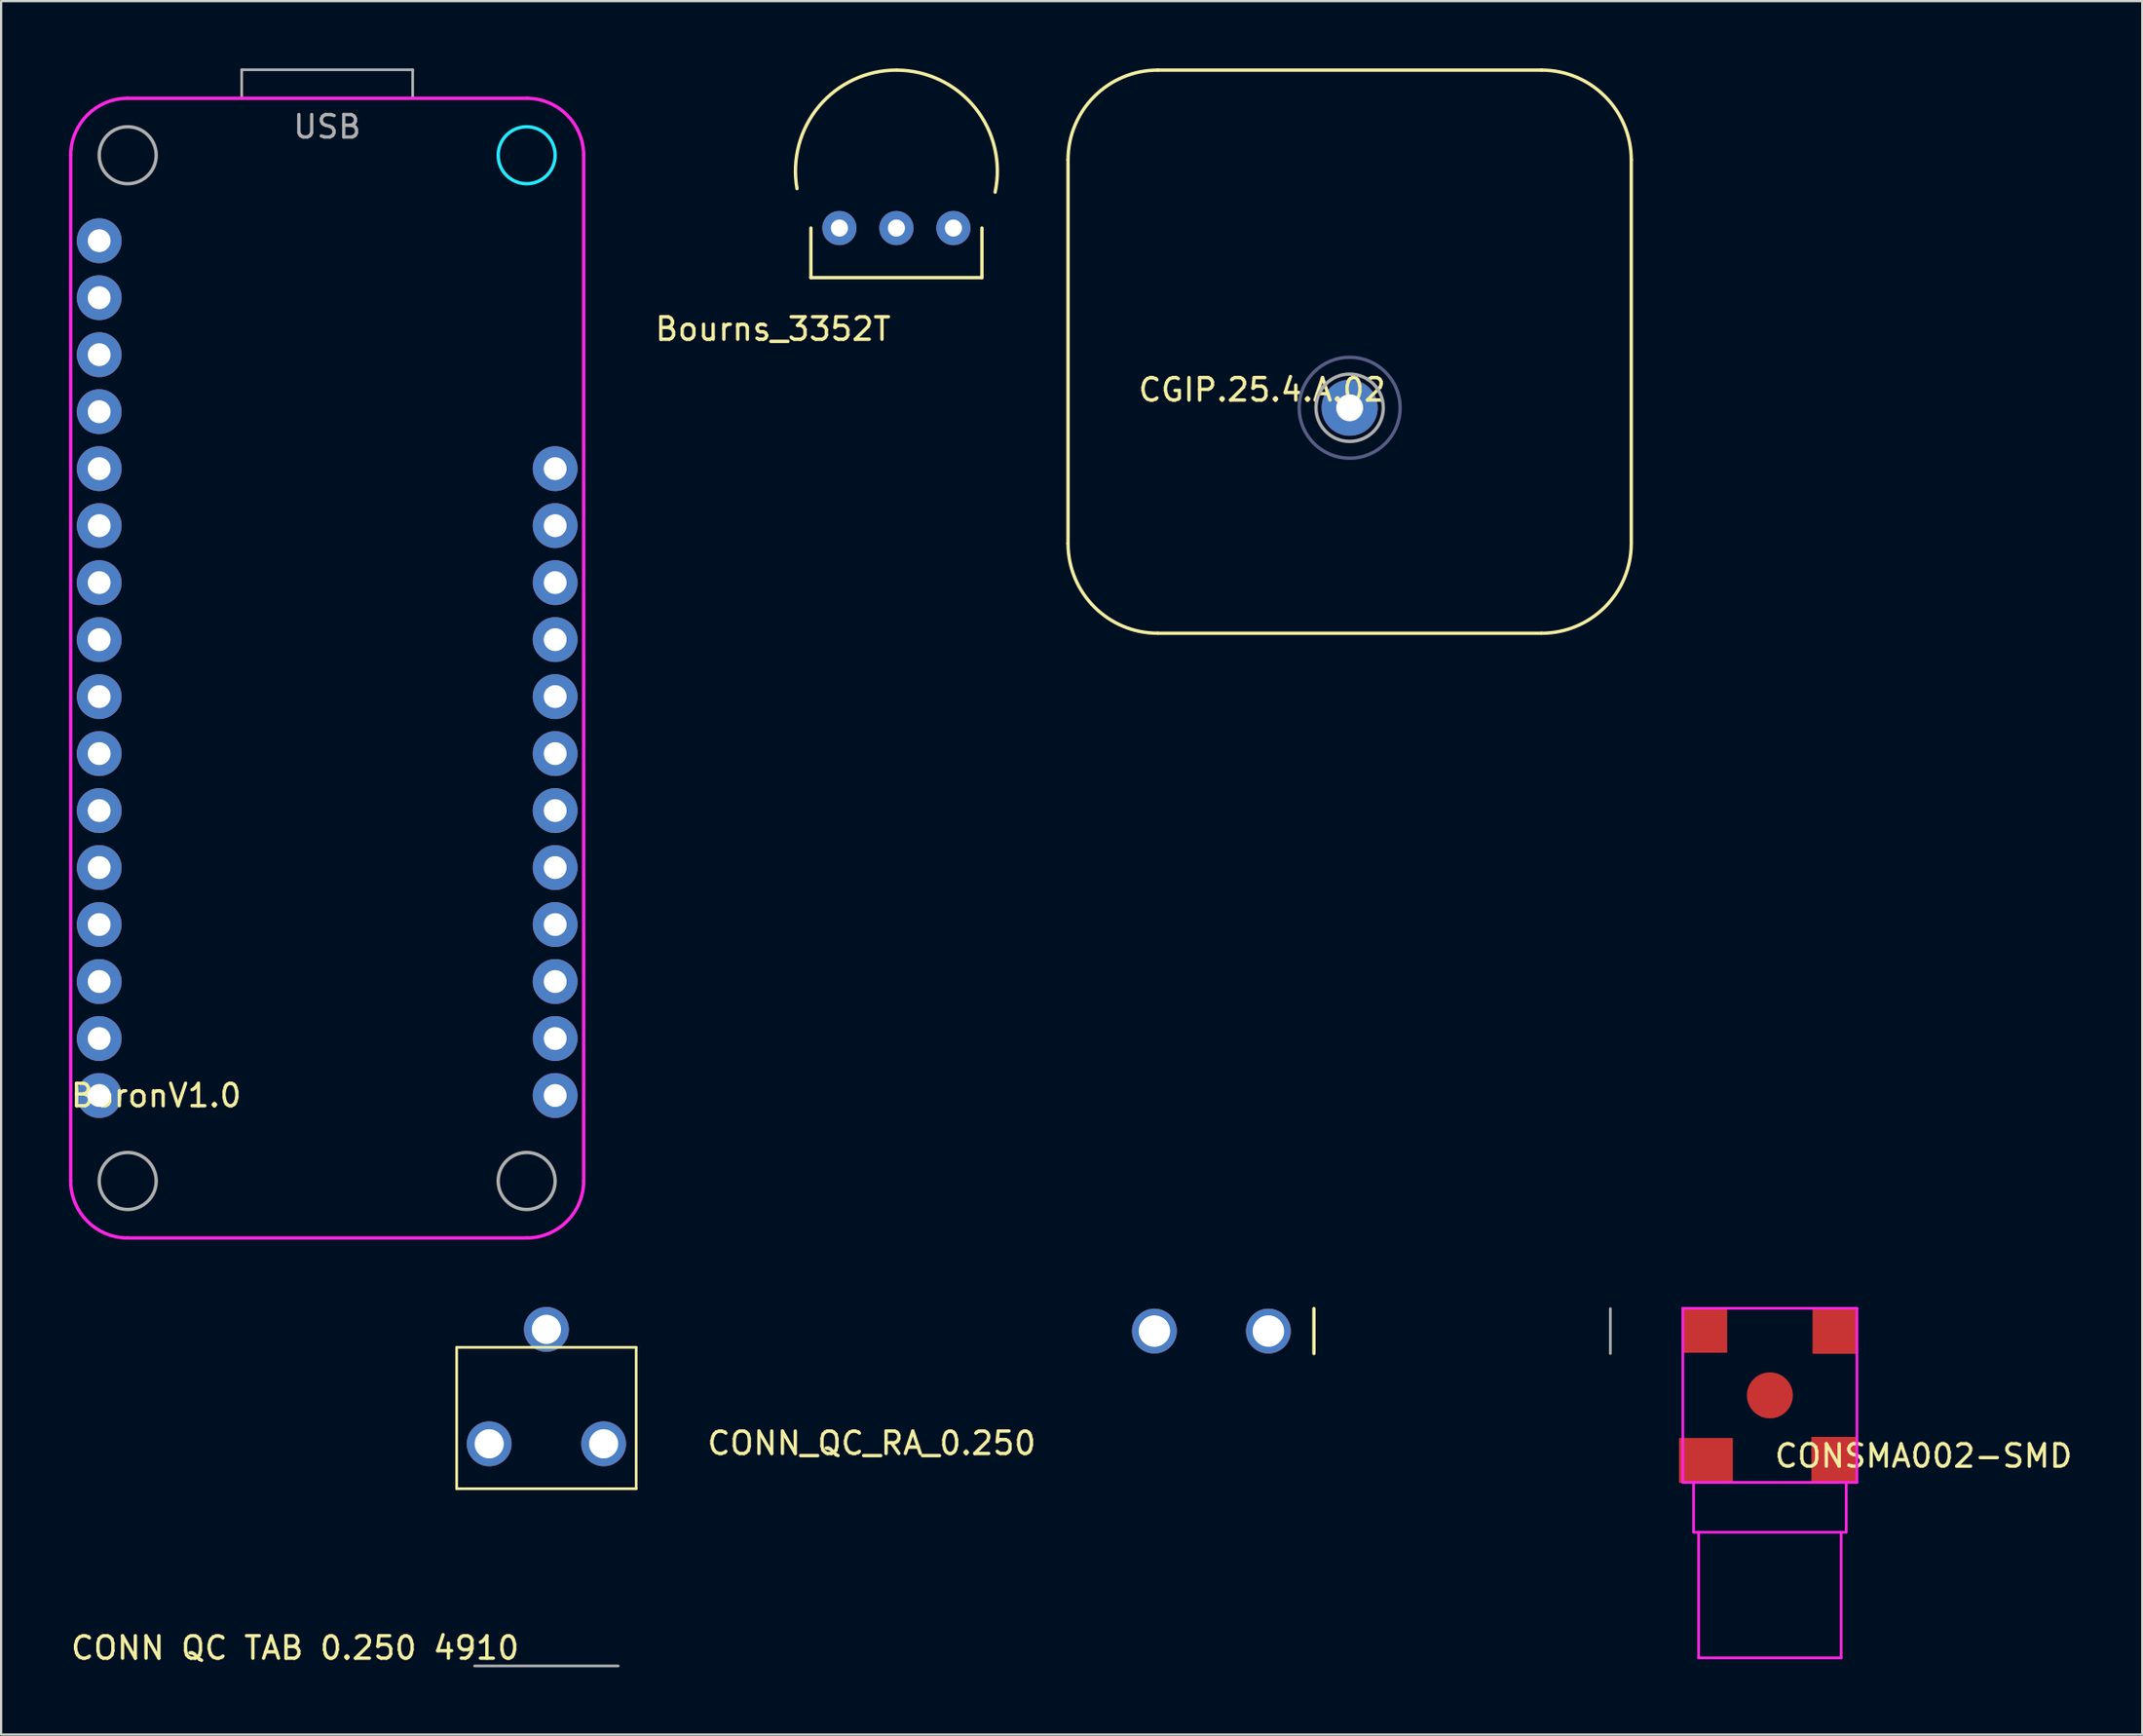
<source format=kicad_pcb>
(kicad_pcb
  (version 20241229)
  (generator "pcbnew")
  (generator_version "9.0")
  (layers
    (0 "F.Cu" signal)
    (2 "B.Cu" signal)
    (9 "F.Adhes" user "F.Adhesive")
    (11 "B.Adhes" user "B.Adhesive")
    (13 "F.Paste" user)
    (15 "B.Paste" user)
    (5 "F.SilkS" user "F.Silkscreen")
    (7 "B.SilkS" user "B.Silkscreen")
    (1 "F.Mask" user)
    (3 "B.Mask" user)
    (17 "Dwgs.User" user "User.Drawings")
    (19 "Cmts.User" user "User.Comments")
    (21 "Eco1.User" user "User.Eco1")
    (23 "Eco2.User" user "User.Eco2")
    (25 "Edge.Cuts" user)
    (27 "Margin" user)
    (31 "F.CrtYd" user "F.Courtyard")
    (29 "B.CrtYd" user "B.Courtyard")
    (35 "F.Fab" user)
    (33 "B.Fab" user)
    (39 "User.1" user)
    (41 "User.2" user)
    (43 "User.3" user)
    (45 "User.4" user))
  (footprint "CONN QC TAB 0.250 4910"
    (layer "F.Cu")
    (at 21.301 56.205)
    (property "Reference" "CONN QC TAB 0.250 4910" (at -11.2 14.2 0) (layer "F.SilkS") (effects (font (size 1 1) (thickness 0.15))))
    (attr through_hole)
    (fp_line (start -4 0.8) (end -4 7.1) (stroke (width 0.12) (type solid)) (layer "F.SilkS"))
    (fp_line (start -4 0.8) (end 4 0.8) (stroke (width 0.12) (type solid)) (layer "F.SilkS"))
    (fp_line (start -4 7.1) (end 4 7.1) (stroke (width 0.12) (type solid)) (layer "F.SilkS"))
    (fp_line (start 4 7.1) (end 4 0.8) (stroke (width 0.12) (type solid)) (layer "F.SilkS"))
    (fp_line (start -3.2 15) (end 3.2 15) (stroke (width 0.12) (type solid)) (layer "F.Fab"))
    (pad "1" thru_hole circle (at -2.55 5.1) (size 2 2) (drill 1.3) (layers "*.Cu" "*.Mask"))
    (pad "1" thru_hole circle (at 0 0) (size 2 2) (drill 1.3) (layers "*.Cu" "*.Mask"))
    (pad "1" thru_hole circle (at 2.55 5.1) (size 2 2) (drill 1.3) (layers "*.Cu" "*.Mask")))
  (footprint "BoronV1.0"
    (layer "F.Cu")
    (at 1.371 45.78)
    (property "Reference" "BoronV1.0" (at 2.54 0 0) (layer "F.SilkS") (effects (font (size 1 1) (thickness 0.15))))
    (attr through_hole)
    (fp_circle (center 19.05 -41.91) (end 20.32 -41.91) (stroke (width 0.15) (type solid)) (fill no) (layer "B.CrtYd"))
    (fp_line (start -1.27 3.81) (end -1.27 -41.91) (stroke (width 0.15) (type solid)) (layer "F.CrtYd"))
    (fp_line (start 1.27 -44.45) (end 19.05 -44.45) (stroke (width 0.15) (type solid)) (layer "F.CrtYd"))
    (fp_line (start 19.05 6.35) (end 1.27 6.35) (stroke (width 0.15) (type solid)) (layer "F.CrtYd"))
    (fp_line (start 21.59 -41.91) (end 21.59 3.81) (stroke (width 0.15) (type solid)) (layer "F.CrtYd"))
    (fp_arc (start -1.27 -41.91) (mid -0.526051 -43.706051) (end 1.27 -44.45) (stroke (width 0.15) (type solid)) (layer "F.CrtYd"))
    (fp_arc (start 1.27 6.35) (mid -0.526051 5.606051) (end -1.27 3.81) (stroke (width 0.15) (type solid)) (layer "F.CrtYd"))
    (fp_arc (start 19.05 -44.45) (mid 20.846051 -43.706051) (end 21.59 -41.91) (stroke (width 0.15) (type solid)) (layer "F.CrtYd"))
    (fp_arc (start 21.59 3.81) (mid 20.846051 5.606051) (end 19.05 6.35) (stroke (width 0.15) (type solid)) (layer "F.CrtYd"))
    (fp_line (start 6.35 -45.72) (end 6.35 -44.45) (stroke (width 0.12) (type solid)) (layer "F.Fab"))
    (fp_line (start 6.35 -45.72) (end 13.97 -45.72) (stroke (width 0.12) (type solid)) (layer "F.Fab"))
    (fp_line (start 13.97 -45.72) (end 13.97 -44.45) (stroke (width 0.12) (type solid)) (layer "F.Fab"))
    (fp_circle (center 1.27 -41.91) (end 2.54 -41.91) (stroke (width 0.15) (type solid)) (fill no) (layer "F.Fab"))
    (fp_circle (center 1.27 3.81) (end 2.54 3.81) (stroke (width 0.15) (type solid)) (fill no) (layer "F.Fab"))
    (fp_circle (center 19.05 3.81) (end 20.32 3.81) (stroke (width 0.15) (type solid)) (fill no) (layer "F.Fab"))
    (fp_text user "USB" (at 10.16 -43.18 0) (layer "F.Fab") (effects (font (size 1 1) (thickness 0.15))))
    (pad "1" thru_hole circle (at 0 -38.1) (size 2 2) (drill 1.02) (layers "*.Cu" "*.Mask"))
    (pad "2" thru_hole circle (at 0 -35.56) (size 2 2) (drill 1.02) (layers "*.Cu" "*.Mask"))
    (pad "3" thru_hole circle (at 0 -33.02) (size 2 2) (drill 1.02) (layers "*.Cu" "*.Mask"))
    (pad "4" thru_hole circle (at 0 -30.48) (size 2 2) (drill 1.02) (layers "*.Cu" "*.Mask"))
    (pad "5" thru_hole circle (at 0 -27.94) (size 2 2) (drill 1.02) (layers "*.Cu" "*.Mask"))
    (pad "6" thru_hole circle (at 0 -25.4) (size 2 2) (drill 1.02) (layers "*.Cu" "*.Mask"))
    (pad "7" thru_hole circle (at 0 -22.86) (size 2 2) (drill 1.02) (layers "*.Cu" "*.Mask"))
    (pad "8" thru_hole circle (at 0 -20.32) (size 2 2) (drill 1.02) (layers "*.Cu" "*.Mask"))
    (pad "9" thru_hole circle (at 0 -17.78) (size 2 2) (drill 1.02) (layers "*.Cu" "*.Mask"))
    (pad "10" thru_hole circle (at 0 -15.24) (size 2 2) (drill 1.02) (layers "*.Cu" "*.Mask"))
    (pad "11" thru_hole circle (at 0 -12.7) (size 2 2) (drill 1.02) (layers "*.Cu" "*.Mask"))
    (pad "12" thru_hole circle (at 0 -10.16) (size 2 2) (drill 1.02) (layers "*.Cu" "*.Mask"))
    (pad "13" thru_hole circle (at 0 -7.62) (size 2 2) (drill 1.02) (layers "*.Cu" "*.Mask"))
    (pad "14" thru_hole circle (at 0 -5.08) (size 2 2) (drill 1.02) (layers "*.Cu" "*.Mask"))
    (pad "15" thru_hole circle (at 0 -2.54) (size 2 2) (drill 1.02) (layers "*.Cu" "*.Mask"))
    (pad "16" thru_hole circle (at 0 0) (size 2 2) (drill 1.02) (layers "*.Cu" "*.Mask"))
    (pad "17" thru_hole circle (at 20.32 0) (size 2 2) (drill 1.02) (layers "*.Cu" "*.Mask"))
    (pad "18" thru_hole circle (at 20.32 -2.54) (size 2 2) (drill 1.02) (layers "*.Cu" "*.Mask"))
    (pad "19" thru_hole circle (at 20.32 -5.08) (size 2 2) (drill 1.02) (layers "*.Cu" "*.Mask"))
    (pad "20" thru_hole circle (at 20.32 -7.62) (size 2 2) (drill 1.02) (layers "*.Cu" "*.Mask"))
    (pad "21" thru_hole circle (at 20.32 -10.16) (size 2 2) (drill 1.02) (layers "*.Cu" "*.Mask"))
    (pad "22" thru_hole circle (at 20.32 -12.7) (size 2 2) (drill 1.02) (layers "*.Cu" "*.Mask"))
    (pad "23" thru_hole circle (at 20.32 -15.24) (size 2 2) (drill 1.02) (layers "*.Cu" "*.Mask"))
    (pad "24" thru_hole circle (at 20.32 -17.78) (size 2 2) (drill 1.02) (layers "*.Cu" "*.Mask"))
    (pad "25" thru_hole circle (at 20.32 -20.32) (size 2 2) (drill 1.02) (layers "*.Cu" "*.Mask"))
    (pad "26" thru_hole circle (at 20.32 -22.86) (size 2 2) (drill 1.02) (layers "*.Cu" "*.Mask"))
    (pad "27" thru_hole circle (at 20.32 -25.4) (size 2 2) (drill 1.02) (layers "*.Cu" "*.Mask"))
    (pad "28" thru_hole circle (at 20.32 -27.94) (size 2 2) (drill 1.02) (layers "*.Cu" "*.Mask")))
  (footprint "CONN_QC_RA_0.250"
    (layer "F.Cu")
    (at 48.396 56.28)
    (property "Reference" "CONN_QC_RA_0.250" (at -12.6 5 0) (layer "F.SilkS") (effects (font (size 1 1) (thickness 0.15))))
    (attr through_hole)
    (fp_line (start 7.11 1) (end 7.11 -1) (stroke (width 0.15) (type solid)) (layer "F.SilkS"))
    (fp_line (start 20.32 -1) (end 20.32 1) (stroke (width 0.12) (type solid)) (layer "F.Fab"))
    (pad "1" thru_hole circle (at 0 0) (size 2 2) (drill 1.4) (layers "*.Cu" "*.Mask"))
    (pad "1" thru_hole circle (at 5.08 0) (size 2 2) (drill 1.4) (layers "*.Cu" "*.Mask")))
  (footprint "CGIP.25.4.A.02"
    (layer "F.Cu")
    (at 57.098 12.625)
    (property "Reference" "CGIP.25.4.A.02" (at -3.9 1.7 0) (layer "F.SilkS") (effects (font (size 1 1) (thickness 0.15))))
    (attr smd)
    (fp_line (start -12.55 8.55) (end -12.55 -8.55) (stroke (width 0.15) (type solid)) (layer "F.SilkS"))
    (fp_line (start -8.55 -12.55) (end 8.55 -12.55) (stroke (width 0.15) (type solid)) (layer "F.SilkS"))
    (fp_line (start 8.55 12.55) (end -8.55 12.55) (stroke (width 0.15) (type solid)) (layer "F.SilkS"))
    (fp_line (start 12.55 -8.55) (end 12.55 8.5) (stroke (width 0.15) (type solid)) (layer "F.SilkS"))
    (fp_arc (start -12.55 -8.55) (mid -11.378427 -11.378427) (end -8.55 -12.55) (stroke (width 0.15) (type solid)) (layer "F.SilkS"))
    (fp_arc (start -8.55 12.55) (mid -11.378427 11.378427) (end -12.55 8.55) (stroke (width 0.15) (type solid)) (layer "F.SilkS"))
    (fp_arc (start 8.55 -12.55) (mid 11.378427 -11.378427) (end 12.55 -8.55) (stroke (width 0.15) (type solid)) (layer "F.SilkS"))
    (fp_arc (start 12.55 8.55) (mid 11.378427 11.378427) (end 8.55 12.55) (stroke (width 0.15) (type solid)) (layer "F.SilkS"))
    (fp_circle (center 0 2.5) (end 2.25 2.5) (stroke (width 0.15) (type solid)) (fill no) (layer "B.Fab"))
    (fp_circle (center 0 2.5) (end 1.5 2.5) (stroke (width 0.15) (type solid)) (fill no) (layer "F.Fab"))
    (pad "1" thru_hole circle (at 0 2.5) (size 2.5 2.5) (drill 1.2) (layers "*.Cu" "*.Mask")))
  (footprint "CONSMA002-SMD"
    (layer "F.Cu")
    (at 75.826 59.145)
    (property "Reference" "CONSMA002-SMD" (at 6.85 2.7 0) (layer "F.SilkS") (effects (font (size 1 1) (thickness 0.15))))
    (attr through_hole)
    (fp_line (start -3.88 -3.88) (end 3.88 -3.88) (stroke (width 0.12) (type solid)) (layer "F.CrtYd"))
    (fp_line (start -3.88 3.88) (end -3.88 -3.88) (stroke (width 0.12) (type solid)) (layer "F.CrtYd"))
    (fp_line (start -3.88 3.88) (end 3.88 3.88) (stroke (width 0.12) (type solid)) (layer "F.CrtYd"))
    (fp_line (start -3.4 3.9) (end -3.4 6.1) (stroke (width 0.12) (type solid)) (layer "F.CrtYd"))
    (fp_line (start -3.4 6.1) (end 3.4 6.1) (stroke (width 0.12) (type solid)) (layer "F.CrtYd"))
    (fp_line (start -3.175 6.1) (end -3.175 11.7) (stroke (width 0.12) (type solid)) (layer "F.CrtYd"))
    (fp_line (start -3.175 11.7) (end 3.175 11.7) (stroke (width 0.12) (type solid)) (layer "F.CrtYd"))
    (fp_line (start 3.175 11.7) (end 3.175 6.1) (stroke (width 0.12) (type solid)) (layer "F.CrtYd"))
    (fp_line (start 3.4 6.1) (end 3.4 3.9) (stroke (width 0.12) (type solid)) (layer "F.CrtYd"))
    (fp_line (start 3.88 3.88) (end 3.88 -3.88) (stroke (width 0.12) (type solid)) (layer "F.CrtYd"))
    (pad "1" smd circle (at 0 0) (size 2.05 2.05) (layers "F.Cu" "F.Mask" "F.Paste"))
    (pad "2" smd rect (at -2.9 -2.9) (size 2 2) (layers "F.Cu" "F.Mask" "F.Paste"))
    (pad "2" smd rect (at -2.85 2.9) (size 2.4 2) (layers "F.Cu" "F.Mask" "F.Paste"))
    (pad "2" smd rect (at 2.85 2.85) (size 2 2) (layers "F.Cu" "F.Mask" "F.Paste"))
    (pad "2" smd rect (at 2.9 -2.85) (size 2 2) (layers "F.Cu" "F.Mask" "F.Paste")))
  (footprint "Bourns_3352T"
    (layer "F.Cu")
    (at 36.899 7.115)
    (property "Reference" "Bourns_3352T" (at -5.5 4.5 0) (layer "F.SilkS") (effects (font (size 1 1) (thickness 0.15))))
    (attr through_hole)
    (fp_line (start -3.81 0) (end -3.81 2.21) (stroke (width 0.15) (type solid)) (layer "F.SilkS"))
    (fp_line (start -3.81 2.21) (end 3.81 2.21) (stroke (width 0.15) (type solid)) (layer "F.SilkS"))
    (fp_line (start 3.81 2.21) (end 3.81 0) (stroke (width 0.15) (type solid)) (layer "F.SilkS"))
    (fp_arc (start -4.431635 -1.758583) (mid -3.4472 -5.432544) (end 0 -7.04) (stroke (width 0.15) (type solid)) (layer "F.SilkS"))
    (fp_arc (start 0.037789 -7.03913) (mid 3.509918 -5.354973) (end 4.4 -1.6) (stroke (width 0.15) (type solid)) (layer "F.SilkS"))
    (pad "1" thru_hole circle (at -2.54 0) (size 1.524 1.524) (drill 0.762) (layers "*.Cu" "*.Mask"))
    (pad "2" thru_hole circle (at 0 0) (size 1.524 1.524) (drill 0.762) (layers "*.Cu" "*.Mask"))
    (pad "3" thru_hole circle (at 2.54 0) (size 1.524 1.524) (drill 0.762) (layers "*.Cu" "*.Mask")))
  (gr_rect
    (start -3 -3)
    (end 92.42 74.265)
    (stroke (width 0.1) (type default))
    (fill no)
    (layer "Edge.Cuts")))
</source>
